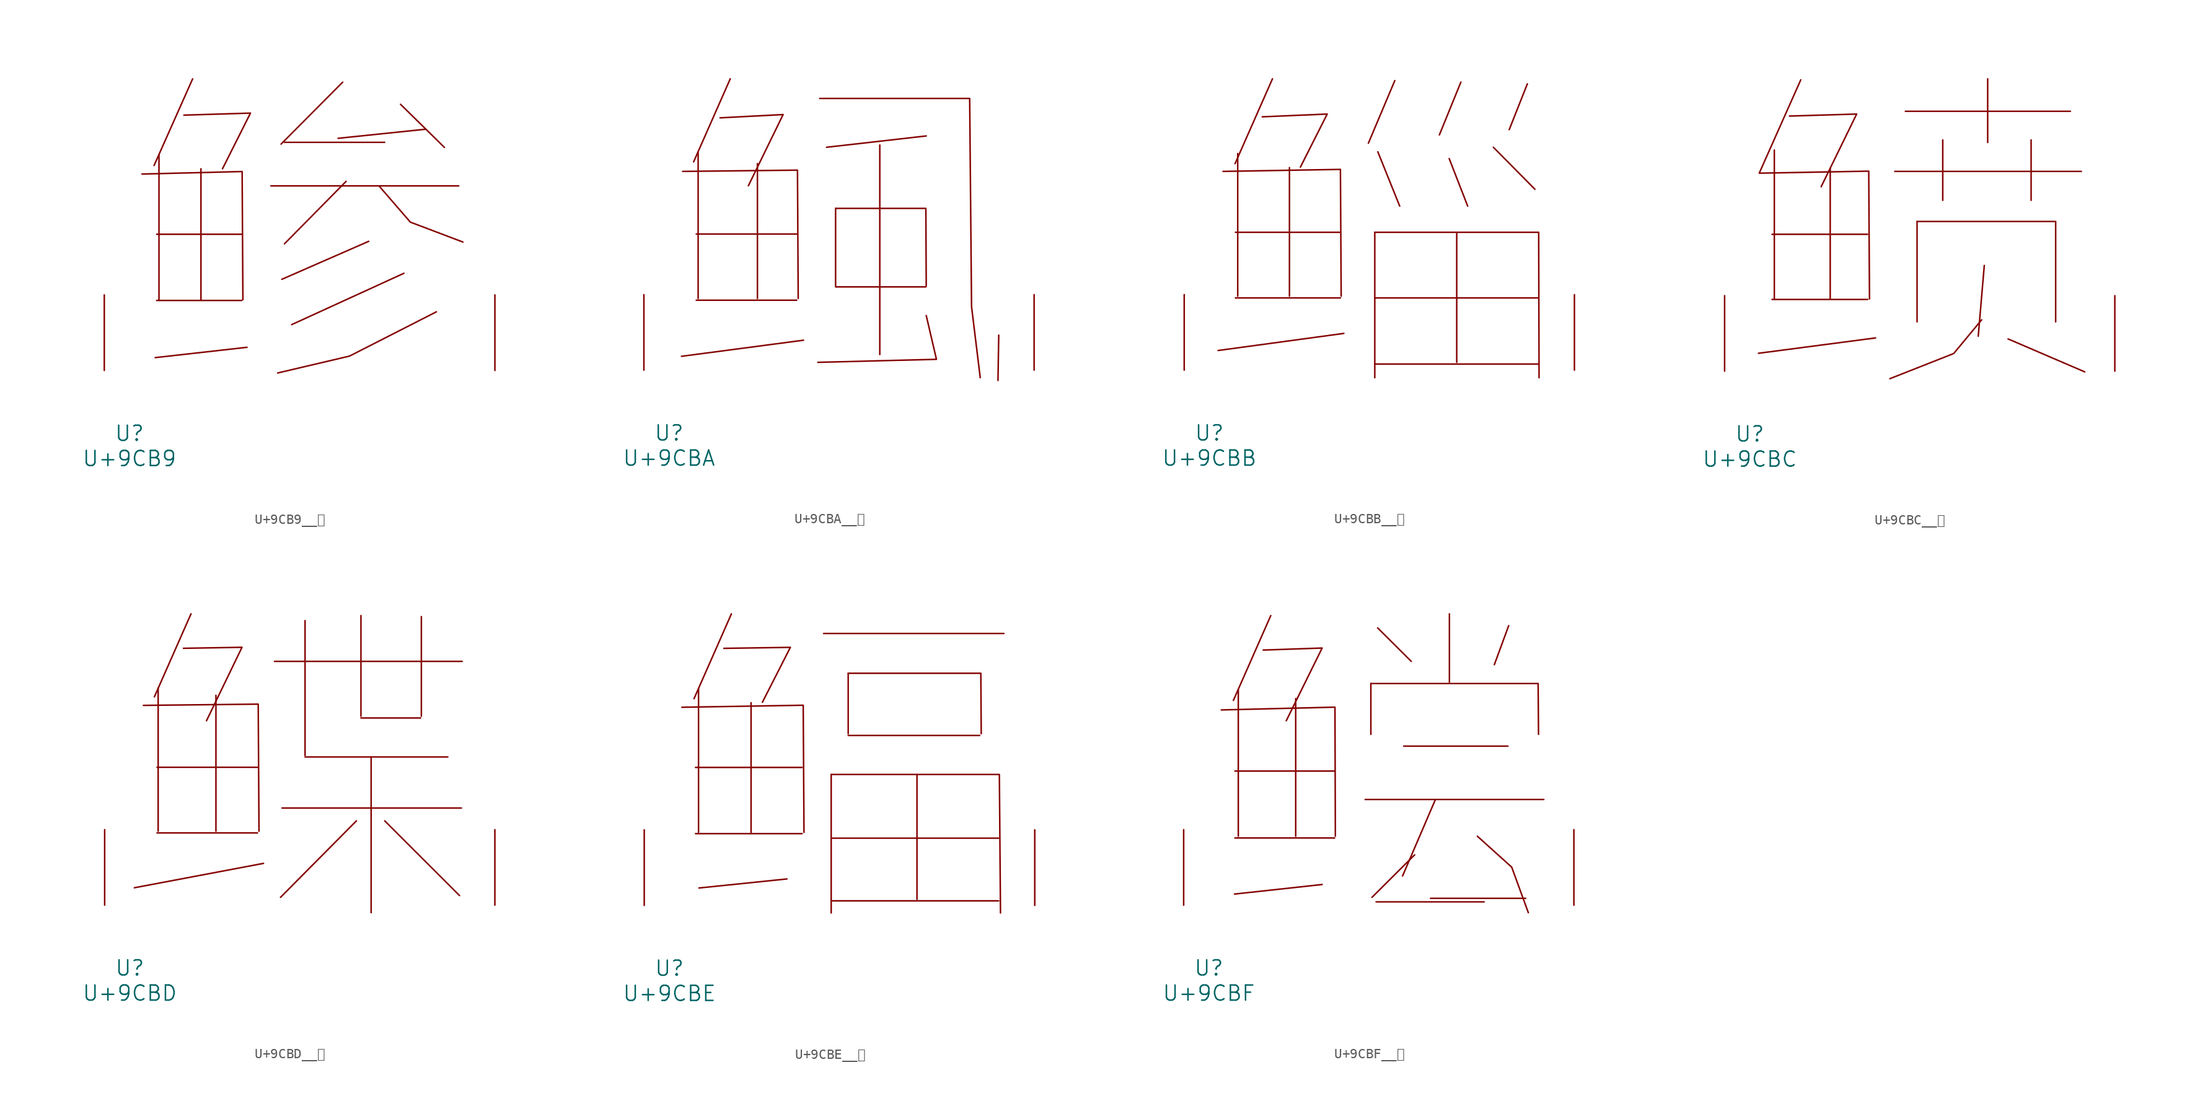
<source format=kicad_sym>
(kicad_symbol_lib
  (version 20231120)
  (generator "kicad_symbol_editor")
  (generator_version "8.0")
  (symbol "U+9CB9__鲹"
    (pin_names
      (offset 1.016))
    (property "Reference" "U"
      (at 0 -6.35 0)
      (effects (font (size 1.524 1.524))))
    (property "Value" "U+9CB9"
      (at 0 -8.89 0)
      (effects (font (size 1.524 1.524))))
    (symbol "U+9CB9__鲹_0_1"
      (polyline (pts (xy 2.743 7.061) (xy 11.316 7.061)) (stroke (width 0) (type solid)) (fill (type none)))
      (polyline (pts (xy 2.743 13.741) (xy 11.316 13.741)) (stroke (width 0) (type solid)) (fill (type none)))
      (polyline (pts (xy 2.972 21.768) (xy 2.972 7.137)) (stroke (width 0) (type solid)) (fill (type none)))
      (polyline (pts (xy 6.363 29.413) (xy 2.477 20.676)) (stroke (width 0) (type solid)) (fill (type none)))
      (polyline (pts (xy 7.201 20.345) (xy 7.201 7.137)) (stroke (width 0) (type solid)) (fill (type none)))
      (polyline (pts (xy 11.849 2.337) (xy 2.591 1.295)) (stroke (width 0) (type solid)) (fill (type none)))
      (polyline (pts (xy 14.249 18.618) (xy 33.185 18.618)) (stroke (width 0) (type solid)) (fill (type none)))
      (polyline (pts (xy 15.621 23.012) (xy 25.718 23.012)) (stroke (width 0) (type solid)) (fill (type none)))
      (polyline (pts (xy 21.488 29.083) (xy 15.278 22.835)) (stroke (width 0) (type solid)) (fill (type none)))
      (polyline (pts (xy 21.831 19.075) (xy 15.621 12.776)) (stroke (width 0) (type solid)) (fill (type none)))
      (polyline (pts (xy 24.117 13.03) (xy 15.354 9.195)) (stroke (width 0) (type solid)) (fill (type none)))
      (polyline (pts (xy 27.318 26.848) (xy 31.737 22.504)) (stroke (width 0) (type solid)) (fill (type none)))
      (polyline (pts (xy 27.661 9.804) (xy 16.345 4.623)) (stroke (width 0) (type solid)) (fill (type none)))
      (polyline (pts (xy 29.832 24.333) (xy 21.031 23.419)) (stroke (width 0) (type solid)) (fill (type none)))
      (polyline (pts (xy 1.257 19.812) (xy 11.354 20.066) (xy 11.43 7.137)) (stroke (width 0) (type solid)) (fill (type none)))
      (polyline (pts (xy 5.486 25.756) (xy 12.192 25.959) (xy 9.373 20.345)) (stroke (width 0) (type solid)) (fill (type none)))
      (polyline (pts (xy 25.146 18.618) (xy 28.308 14.961) (xy 33.604 12.954)) (stroke (width 0) (type solid)) (fill (type none)))
      (polyline (pts (xy 30.937 5.918) (xy 22.174 1.448) (xy 14.935 -0.254)) (stroke (width 0) (type solid)) (fill (type none)))
      (pin input line (at -2.54 0 90) (length 7.62) (name "~" (effects (font (size 1.27 1.27)))) (number "~" (effects (font (size 1.27 1.27)))))
      (pin input line (at 36.83 0 90) (length 7.62) (name "~" (effects (font (size 1.27 1.27)))) (number "~" (effects (font (size 1.27 1.27)))))))
  (symbol "U+9CBA__鲺"
    (pin_names
      (offset 1.016))
    (property "Reference" "U"
      (at 0 -6.35 0)
      (effects (font (size 1.524 1.524))))
    (property "Value" "U+9CBA"
      (at 0 -8.89 0)
      (effects (font (size 1.524 1.524))))
    (symbol "U+9CBA__鲺_0_1"
      (polyline (pts (xy 2.743 7.061) (xy 12.878 7.061)) (stroke (width 0) (type solid)) (fill (type none)))
      (polyline (pts (xy 2.743 13.741) (xy 12.878 13.741)) (stroke (width 0) (type solid)) (fill (type none)))
      (polyline (pts (xy 2.934 21.946) (xy 2.934 7.239)) (stroke (width 0) (type solid)) (fill (type none)))
      (polyline (pts (xy 6.172 29.413) (xy 2.477 21.031)) (stroke (width 0) (type solid)) (fill (type none)))
      (polyline (pts (xy 8.915 20.853) (xy 8.915 7.239)) (stroke (width 0) (type solid)) (fill (type none)))
      (polyline (pts (xy 13.564 3.023) (xy 1.257 1.397)) (stroke (width 0) (type solid)) (fill (type none)))
      (polyline (pts (xy 16.802 8.407) (xy 25.908 8.407)) (stroke (width 0) (type solid)) (fill (type none)))
      (polyline (pts (xy 16.802 16.332) (xy 16.802 8.509)) (stroke (width 0) (type solid)) (fill (type none)))
      (polyline (pts (xy 21.26 22.733) (xy 21.26 1.575)) (stroke (width 0) (type solid)) (fill (type none)))
      (polyline (pts (xy 25.946 23.647) (xy 15.888 22.504)) (stroke (width 0) (type solid)) (fill (type none)))
      (polyline (pts (xy 33.261 3.531) (xy 33.185 -1.041)) (stroke (width 0) (type solid)) (fill (type none)))
      (polyline (pts (xy 1.372 20.066) (xy 12.954 20.193) (xy 13.03 7.239)) (stroke (width 0) (type solid)) (fill (type none)))
      (polyline (pts (xy 5.144 25.476) (xy 11.506 25.806) (xy 8.001 18.618)) (stroke (width 0) (type solid)) (fill (type none)))
      (polyline (pts (xy 16.802 16.332) (xy 25.908 16.332) (xy 25.946 8.509)) (stroke (width 0) (type solid)) (fill (type none)))
      (polyline (pts (xy 25.946 5.512) (xy 26.975 1.092) (xy 15.011 0.787)) (stroke (width 0) (type solid)) (fill (type none)))
      (polyline (pts (xy 15.202 27.432) (xy 30.328 27.432) (xy 30.518 6.401) (xy 31.394 -0.762)) (stroke (width 0) (type solid)) (fill (type none)))
      (pin input line (at -2.54 0 90) (length 7.62) (name "~" (effects (font (size 1.27 1.27)))) (number "~" (effects (font (size 1.27 1.27)))))
      (pin input line (at 36.83 0 90) (length 7.62) (name "~" (effects (font (size 1.27 1.27)))) (number "~" (effects (font (size 1.27 1.27)))))))
  (symbol "U+9CBB__鲻"
    (pin_names
      (offset 1.016))
    (property "Reference" "U"
      (at 0 -6.35 0)
      (effects (font (size 1.524 1.524))))
    (property "Value" "U+9CBB"
      (at 0 -8.89 0)
      (effects (font (size 1.524 1.524))))
    (symbol "U+9CBB__鲻_0_1"
      (polyline (pts (xy 2.629 7.29) (xy 13.221 7.29)) (stroke (width 0) (type solid)) (fill (type none)))
      (polyline (pts (xy 2.629 13.919) (xy 13.221 13.919)) (stroke (width 0) (type solid)) (fill (type none)))
      (polyline (pts (xy 2.857 21.869) (xy 2.857 7.468)) (stroke (width 0) (type solid)) (fill (type none)))
      (polyline (pts (xy 6.363 29.413) (xy 2.591 20.853)) (stroke (width 0) (type solid)) (fill (type none)))
      (polyline (pts (xy 8.077 20.447) (xy 8.077 7.468)) (stroke (width 0) (type solid)) (fill (type none)))
      (polyline (pts (xy 13.564 3.708) (xy 0.876 1.981)) (stroke (width 0) (type solid)) (fill (type none)))
      (polyline (pts (xy 16.688 0.61) (xy 33.185 0.61)) (stroke (width 0) (type solid)) (fill (type none)))
      (polyline (pts (xy 16.688 7.29) (xy 33.185 7.29)) (stroke (width 0) (type solid)) (fill (type none)))
      (polyline (pts (xy 16.688 13.919) (xy 16.688 -0.762)) (stroke (width 0) (type solid)) (fill (type none)))
      (polyline (pts (xy 16.993 22.047) (xy 19.202 16.561)) (stroke (width 0) (type solid)) (fill (type none)))
      (polyline (pts (xy 18.707 29.235) (xy 16.04 22.911)) (stroke (width 0) (type solid)) (fill (type none)))
      (polyline (pts (xy 24.194 21.361) (xy 26.06 16.561)) (stroke (width 0) (type solid)) (fill (type none)))
      (polyline (pts (xy 24.956 13.919) (xy 24.956 0.787)) (stroke (width 0) (type solid)) (fill (type none)))
      (polyline (pts (xy 25.375 29.083) (xy 23.203 23.749)) (stroke (width 0) (type solid)) (fill (type none)))
      (polyline (pts (xy 28.651 22.504) (xy 32.842 18.263)) (stroke (width 0) (type solid)) (fill (type none)))
      (polyline (pts (xy 32.08 28.905) (xy 30.251 24.282)) (stroke (width 0) (type solid)) (fill (type none)))
      (polyline (pts (xy 1.372 20.066) (xy 13.221 20.269) (xy 13.297 7.468)) (stroke (width 0) (type solid)) (fill (type none)))
      (polyline (pts (xy 5.334 25.578) (xy 11.887 25.857) (xy 9.182 20.498)) (stroke (width 0) (type solid)) (fill (type none)))
      (polyline (pts (xy 16.688 13.919) (xy 33.223 13.919) (xy 33.261 -0.762)) (stroke (width 0) (type solid)) (fill (type none)))
      (pin input line (at -2.54 0 90) (length 7.62) (name "~" (effects (font (size 1.27 1.27)))) (number "~" (effects (font (size 1.27 1.27)))))
      (pin input line (at 36.83 0 90) (length 7.62) (name "~" (effects (font (size 1.27 1.27)))) (number "~" (effects (font (size 1.27 1.27)))))))
  (symbol "U+9CBC__鲼"
    (pin_names
      (offset 1.016))
    (property "Reference" "U"
      (at 0 -6.35 0)
      (effects (font (size 1.524 1.524))))
    (property "Value" "U+9CBC"
      (at 0 -8.89 0)
      (effects (font (size 1.524 1.524))))
    (symbol "U+9CBC__鲼_0_1"
      (polyline (pts (xy 2.248 7.239) (xy 11.887 7.239)) (stroke (width 0) (type solid)) (fill (type none)))
      (polyline (pts (xy 2.248 13.818) (xy 11.887 13.818)) (stroke (width 0) (type solid)) (fill (type none)))
      (polyline (pts (xy 2.477 22.327) (xy 2.477 7.29)) (stroke (width 0) (type solid)) (fill (type none)))
      (polyline (pts (xy 5.144 29.413) (xy 0.953 19.99)) (stroke (width 0) (type solid)) (fill (type none)))
      (polyline (pts (xy 8.115 20.498) (xy 8.115 7.29)) (stroke (width 0) (type solid)) (fill (type none)))
      (polyline (pts (xy 12.687 3.353) (xy 0.876 1.803)) (stroke (width 0) (type solid)) (fill (type none)))
      (polyline (pts (xy 14.63 20.168) (xy 33.452 20.168)) (stroke (width 0) (type solid)) (fill (type none)))
      (polyline (pts (xy 15.697 26.238) (xy 32.347 26.238)) (stroke (width 0) (type solid)) (fill (type none)))
      (polyline (pts (xy 16.878 15.113) (xy 16.878 4.978)) (stroke (width 0) (type solid)) (fill (type none)))
      (polyline (pts (xy 19.469 23.343) (xy 19.469 17.247)) (stroke (width 0) (type solid)) (fill (type none)))
      (polyline (pts (xy 23.66 10.668) (xy 23.05 3.531)) (stroke (width 0) (type solid)) (fill (type none)))
      (polyline (pts (xy 24.003 29.515) (xy 24.003 23.089)) (stroke (width 0) (type solid)) (fill (type none)))
      (polyline (pts (xy 26.06 3.251) (xy 33.795 -0.076)) (stroke (width 0) (type solid)) (fill (type none)))
      (polyline (pts (xy 28.384 23.343) (xy 28.384 17.247)) (stroke (width 0) (type solid)) (fill (type none)))
      (polyline (pts (xy 1.029 19.99) (xy 12.002 20.193) (xy 12.078 7.29)) (stroke (width 0) (type solid)) (fill (type none)))
      (polyline (pts (xy 4 25.756) (xy 10.782 25.959) (xy 7.201 18.618)) (stroke (width 0) (type solid)) (fill (type none)))
      (polyline (pts (xy 16.878 15.113) (xy 30.861 15.113) (xy 30.861 4.978)) (stroke (width 0) (type solid)) (fill (type none)))
      (polyline (pts (xy 23.393 5.182) (xy 20.574 1.778) (xy 14.135 -0.762)) (stroke (width 0) (type solid)) (fill (type none)))
      (pin input line (at -2.54 0 90) (length 7.62) (name "~" (effects (font (size 1.27 1.27)))) (number "~" (effects (font (size 1.27 1.27)))))
      (pin input line (at 36.83 0 90) (length 7.62) (name "~" (effects (font (size 1.27 1.27)))) (number "~" (effects (font (size 1.27 1.27)))))))
  (symbol "U+9CBD__鲽"
    (pin_names
      (offset 1.016))
    (property "Reference" "U"
      (at 0 -6.35 0)
      (effects (font (size 1.524 1.524))))
    (property "Value" "U+9CBD"
      (at 0 -8.89 0)
      (effects (font (size 1.524 1.524))))
    (symbol "U+9CBD__鲽_0_1"
      (polyline (pts (xy 2.743 7.29) (xy 12.878 7.29)) (stroke (width 0) (type solid)) (fill (type none)))
      (polyline (pts (xy 2.743 13.919) (xy 12.878 13.919)) (stroke (width 0) (type solid)) (fill (type none)))
      (polyline (pts (xy 2.857 21.946) (xy 2.857 7.468)) (stroke (width 0) (type solid)) (fill (type none)))
      (polyline (pts (xy 6.172 29.413) (xy 2.477 21.031)) (stroke (width 0) (type solid)) (fill (type none)))
      (polyline (pts (xy 8.687 21.184) (xy 8.687 7.468)) (stroke (width 0) (type solid)) (fill (type none)))
      (polyline (pts (xy 13.487 4.216) (xy 0.457 1.753)) (stroke (width 0) (type solid)) (fill (type none)))
      (polyline (pts (xy 14.592 24.613) (xy 33.528 24.613)) (stroke (width 0) (type solid)) (fill (type none)))
      (polyline (pts (xy 15.354 9.804) (xy 33.452 9.804)) (stroke (width 0) (type solid)) (fill (type none)))
      (polyline (pts (xy 17.678 14.961) (xy 32.08 14.961)) (stroke (width 0) (type solid)) (fill (type none)))
      (polyline (pts (xy 17.678 28.727) (xy 17.678 15.113)) (stroke (width 0) (type solid)) (fill (type none)))
      (polyline (pts (xy 22.86 8.509) (xy 15.202 0.787)) (stroke (width 0) (type solid)) (fill (type none)))
      (polyline (pts (xy 23.317 18.898) (xy 29.337 18.898)) (stroke (width 0) (type solid)) (fill (type none)))
      (polyline (pts (xy 23.317 29.235) (xy 23.317 19.075)) (stroke (width 0) (type solid)) (fill (type none)))
      (polyline (pts (xy 24.346 14.961) (xy 24.346 -0.762)) (stroke (width 0) (type solid)) (fill (type none)))
      (polyline (pts (xy 25.718 8.509) (xy 33.261 0.965)) (stroke (width 0) (type solid)) (fill (type none)))
      (polyline (pts (xy 29.413 29.134) (xy 29.413 19.075)) (stroke (width 0) (type solid)) (fill (type none)))
      (polyline (pts (xy 1.372 20.168) (xy 12.954 20.295) (xy 13.03 7.468)) (stroke (width 0) (type solid)) (fill (type none)))
      (polyline (pts (xy 5.41 25.933) (xy 11.316 26.035) (xy 7.734 18.618)) (stroke (width 0) (type solid)) (fill (type none)))
      (pin input line (at -2.54 0 90) (length 7.62) (name "~" (effects (font (size 1.27 1.27)))) (number "~" (effects (font (size 1.27 1.27)))))
      (pin input line (at 36.83 0 90) (length 7.62) (name "~" (effects (font (size 1.27 1.27)))) (number "~" (effects (font (size 1.27 1.27)))))))
  (symbol "U+9CBE__鲾"
    (pin_names
      (offset 1.016))
    (property "Reference" "U"
      (at 0 -6.35 0)
      (effects (font (size 1.524 1.524))))
    (property "Value" "U+9CBE"
      (at 0 -8.89 0)
      (effects (font (size 1.524 1.524))))
    (symbol "U+9CBE__鲾_0_1"
      (polyline (pts (xy 2.629 7.239) (xy 13.373 7.239)) (stroke (width 0) (type solid)) (fill (type none)))
      (polyline (pts (xy 2.629 13.919) (xy 13.373 13.919)) (stroke (width 0) (type solid)) (fill (type none)))
      (polyline (pts (xy 2.934 21.869) (xy 2.934 7.366)) (stroke (width 0) (type solid)) (fill (type none)))
      (polyline (pts (xy 6.248 29.413) (xy 2.477 20.853)) (stroke (width 0) (type solid)) (fill (type none)))
      (polyline (pts (xy 8.23 20.447) (xy 8.23 7.366)) (stroke (width 0) (type solid)) (fill (type none)))
      (polyline (pts (xy 11.849 2.667) (xy 2.972 1.753)) (stroke (width 0) (type solid)) (fill (type none)))
      (polyline (pts (xy 15.545 27.432) (xy 33.718 27.432)) (stroke (width 0) (type solid)) (fill (type none)))
      (polyline (pts (xy 16.307 0.457) (xy 33.185 0.457)) (stroke (width 0) (type solid)) (fill (type none)))
      (polyline (pts (xy 16.307 6.782) (xy 33.185 6.782)) (stroke (width 0) (type solid)) (fill (type none)))
      (polyline (pts (xy 16.307 13.208) (xy 16.307 -0.762)) (stroke (width 0) (type solid)) (fill (type none)))
      (polyline (pts (xy 18.021 17.145) (xy 31.28 17.145)) (stroke (width 0) (type solid)) (fill (type none)))
      (polyline (pts (xy 18.021 23.419) (xy 18.021 17.323)) (stroke (width 0) (type solid)) (fill (type none)))
      (polyline (pts (xy 24.956 13.208) (xy 24.956 0.61)) (stroke (width 0) (type solid)) (fill (type none)))
      (polyline (pts (xy 1.257 19.99) (xy 13.487 20.193) (xy 13.564 7.366)) (stroke (width 0) (type solid)) (fill (type none)))
      (polyline (pts (xy 5.486 25.933) (xy 12.192 26.035) (xy 9.373 20.498)) (stroke (width 0) (type solid)) (fill (type none)))
      (polyline (pts (xy 16.307 13.208) (xy 33.261 13.208) (xy 33.376 -0.762)) (stroke (width 0) (type solid)) (fill (type none)))
      (polyline (pts (xy 18.021 23.419) (xy 31.394 23.419) (xy 31.433 17.323)) (stroke (width 0) (type solid)) (fill (type none)))
      (pin input line (at -2.54 0 90) (length 7.62) (name "~" (effects (font (size 1.27 1.27)))) (number "~" (effects (font (size 1.27 1.27)))))
      (pin input line (at 36.83 0 90) (length 7.62) (name "~" (effects (font (size 1.27 1.27)))) (number "~" (effects (font (size 1.27 1.27)))))))
  (symbol "U+9CBF__鲿"
    (pin_names
      (offset 1.016))
    (property "Reference" "U"
      (at 0 -6.35 0)
      (effects (font (size 1.524 1.524))))
    (property "Value" "U+9CBF"
      (at 0 -8.89 0)
      (effects (font (size 1.524 1.524))))
    (symbol "U+9CBF__鲿_0_1"
      (polyline (pts (xy 2.629 6.782) (xy 12.687 6.782)) (stroke (width 0) (type solid)) (fill (type none)))
      (polyline (pts (xy 2.629 13.538) (xy 12.687 13.538)) (stroke (width 0) (type solid)) (fill (type none)))
      (polyline (pts (xy 2.972 21.768) (xy 2.972 6.96)) (stroke (width 0) (type solid)) (fill (type none)))
      (polyline (pts (xy 6.248 29.235) (xy 2.477 20.676)) (stroke (width 0) (type solid)) (fill (type none)))
      (polyline (pts (xy 8.763 20.853) (xy 8.763 6.96)) (stroke (width 0) (type solid)) (fill (type none)))
      (polyline (pts (xy 11.43 2.083) (xy 2.591 1.118)) (stroke (width 0) (type solid)) (fill (type none)))
      (polyline (pts (xy 15.773 10.668) (xy 33.795 10.668)) (stroke (width 0) (type solid)) (fill (type none)))
      (polyline (pts (xy 16.345 22.377) (xy 16.345 17.247)) (stroke (width 0) (type solid)) (fill (type none)))
      (polyline (pts (xy 16.878 0.33) (xy 27.775 0.33)) (stroke (width 0) (type solid)) (fill (type none)))
      (polyline (pts (xy 17.031 27.991) (xy 20.422 24.613)) (stroke (width 0) (type solid)) (fill (type none)))
      (polyline (pts (xy 19.66 16.053) (xy 30.175 16.053)) (stroke (width 0) (type solid)) (fill (type none)))
      (polyline (pts (xy 20.765 5.08) (xy 16.459 0.787)) (stroke (width 0) (type solid)) (fill (type none)))
      (polyline (pts (xy 22.365 0.686) (xy 31.966 0.686)) (stroke (width 0) (type solid)) (fill (type none)))
      (polyline (pts (xy 22.86 10.668) (xy 19.545 2.946)) (stroke (width 0) (type solid)) (fill (type none)))
      (polyline (pts (xy 24.27 29.413) (xy 24.27 22.504)) (stroke (width 0) (type solid)) (fill (type none)))
      (polyline (pts (xy 30.251 28.219) (xy 28.804 24.282)) (stroke (width 0) (type solid)) (fill (type none)))
      (polyline (pts (xy 1.257 19.71) (xy 12.725 19.99) (xy 12.764 6.96)) (stroke (width 0) (type solid)) (fill (type none)))
      (polyline (pts (xy 5.486 25.756) (xy 11.43 25.959) (xy 7.811 18.618)) (stroke (width 0) (type solid)) (fill (type none)))
      (polyline (pts (xy 16.345 22.377) (xy 33.223 22.377) (xy 33.261 17.247)) (stroke (width 0) (type solid)) (fill (type none)))
      (polyline (pts (xy 27.089 6.96) (xy 30.556 3.835) (xy 32.233 -0.762)) (stroke (width 0) (type solid)) (fill (type none)))
      (pin input line (at -2.54 0 90) (length 7.62) (name "~" (effects (font (size 1.27 1.27)))) (number "~" (effects (font (size 1.27 1.27)))))
      (pin input line (at 36.83 0 90) (length 7.62) (name "~" (effects (font (size 1.27 1.27)))) (number "~" (effects (font (size 1.27 1.27))))))))
</source>
